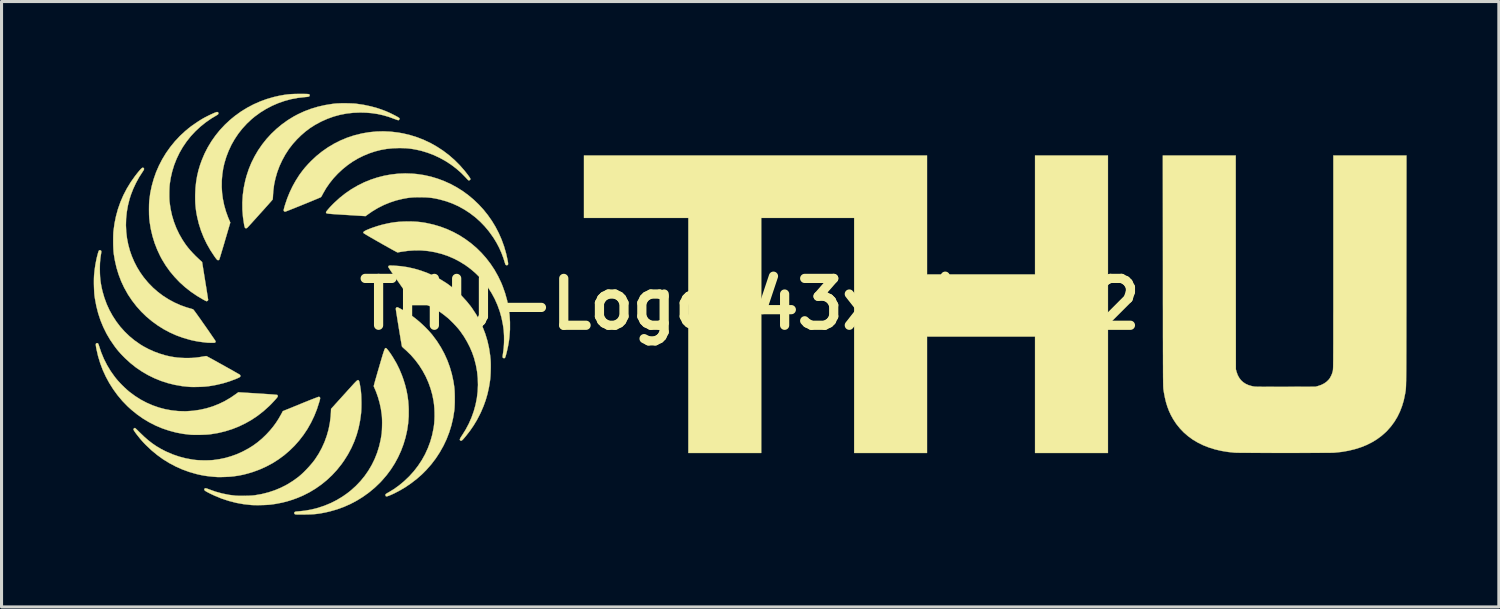
<source format=kicad_pcb>
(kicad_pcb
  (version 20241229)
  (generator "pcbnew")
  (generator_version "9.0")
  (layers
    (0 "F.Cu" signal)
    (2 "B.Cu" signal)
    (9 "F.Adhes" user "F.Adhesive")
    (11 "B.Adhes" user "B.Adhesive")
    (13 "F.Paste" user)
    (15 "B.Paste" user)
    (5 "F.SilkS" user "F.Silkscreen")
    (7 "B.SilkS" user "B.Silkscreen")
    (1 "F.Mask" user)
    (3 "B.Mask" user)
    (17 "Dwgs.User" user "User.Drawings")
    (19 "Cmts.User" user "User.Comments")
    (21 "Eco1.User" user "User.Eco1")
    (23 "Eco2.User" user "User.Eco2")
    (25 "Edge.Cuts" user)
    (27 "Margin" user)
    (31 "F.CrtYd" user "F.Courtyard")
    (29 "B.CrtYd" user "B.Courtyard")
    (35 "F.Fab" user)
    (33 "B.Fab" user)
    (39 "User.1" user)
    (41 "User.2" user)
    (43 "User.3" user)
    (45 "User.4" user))
  (footprint "THU-Logo_43x14mm2"
    (layer "F.Cu")
    (at 21.348 6.841)
    (property "Reference" "THU-Logo_43x14mm2" (at 0 0 0) (layer "F.SilkS") (effects (font (size 1.524 1.524) (thickness 0.3))))
    (attr through_hole)
    (fp_poly (pts (xy 5.757 -0.965) (xy 9.271 -0.965) (xy 9.271 -4.834) (xy 11.642 -4.834) (xy 11.642 4.843) (xy 9.271 4.843) (xy 9.271 1.058) (xy 5.757 1.058) (xy 5.757 4.843) (xy 3.387 4.843) (xy 3.387 -2.802) (xy 0.364 -2.802) (xy 0.364 4.843) (xy -2.007 4.843) (xy -2.007 -2.802) (xy -5.402 -2.802) (xy -5.402 -4.834) (xy 5.757 -4.834) (xy 5.757 -0.965)) (stroke (width 0.01) (type solid)) (fill yes) (layer "F.SilkS"))
    (fp_poly (pts (xy -21.217 1.275) (xy -21.203 1.29) (xy -21.191 1.317) (xy -21.179 1.353) (xy -21.106 1.573) (xy -21.018 1.785) (xy -20.915 1.987) (xy -20.799 2.18) (xy -20.668 2.364) (xy -20.61 2.437) (xy -20.556 2.5) (xy -20.492 2.569) (xy -20.422 2.641) (xy -20.349 2.712) (xy -20.278 2.778) (xy -20.211 2.837) (xy -20.183 2.859) (xy -20.006 2.99) (xy -19.822 3.107) (xy -19.631 3.208) (xy -19.434 3.294) (xy -19.231 3.365) (xy -19.025 3.42) (xy -18.815 3.458) (xy -18.602 3.481) (xy -18.387 3.487) (xy -18.335 3.486) (xy -18.113 3.471) (xy -17.896 3.439) (xy -17.685 3.392) (xy -17.478 3.329) (xy -17.277 3.249) (xy -17.082 3.154) (xy -16.893 3.043) (xy -16.72 2.924) (xy -16.646 2.869) (xy -16.018 2.908) (xy -15.908 2.915) (xy -15.806 2.922) (xy -15.712 2.928) (xy -15.627 2.934) (xy -15.553 2.939) (xy -15.491 2.944) (xy -15.441 2.949) (xy -15.405 2.952) (xy -15.383 2.955) (xy -15.378 2.956) (xy -15.364 2.978) (xy -15.363 3.005) (xy -15.368 3.016) (xy -15.381 3.035) (xy -15.404 3.064) (xy -15.435 3.1) (xy -15.473 3.142) (xy -15.515 3.187) (xy -15.559 3.234) (xy -15.604 3.28) (xy -15.648 3.323) (xy -15.826 3.483) (xy -16.013 3.629) (xy -16.209 3.761) (xy -16.413 3.877) (xy -16.624 3.979) (xy -16.843 4.066) (xy -17.068 4.137) (xy -17.299 4.193) (xy -17.535 4.232) (xy -17.577 4.237) (xy -17.63 4.243) (xy -17.697 4.247) (xy -17.772 4.25) (xy -17.853 4.253) (xy -17.935 4.255) (xy -18.015 4.255) (xy -18.089 4.254) (xy -18.154 4.253) (xy -18.199 4.25) (xy -18.437 4.222) (xy -18.671 4.178) (xy -18.899 4.117) (xy -19.122 4.042) (xy -19.338 3.951) (xy -19.547 3.844) (xy -19.748 3.723) (xy -19.941 3.587) (xy -20.126 3.437) (xy -20.251 3.323) (xy -20.418 3.151) (xy -20.572 2.967) (xy -20.713 2.774) (xy -20.841 2.572) (xy -20.955 2.362) (xy -21.055 2.145) (xy -21.139 1.921) (xy -21.208 1.693) (xy -21.261 1.461) (xy -21.269 1.419) (xy -21.277 1.367) (xy -21.281 1.329) (xy -21.281 1.303) (xy -21.275 1.286) (xy -21.265 1.277) (xy -21.256 1.274) (xy -21.234 1.27) (xy -21.217 1.275)) (stroke (width 0.01) (type solid)) (fill yes) (layer "F.SilkS"))
    (fp_poly (pts (xy -14.492 -6.836) (xy -14.44 -6.835) (xy -14.4 -6.833) (xy -14.371 -6.831) (xy -14.35 -6.827) (xy -14.337 -6.821) (xy -14.33 -6.814) (xy -14.326 -6.804) (xy -14.326 -6.793) (xy -14.326 -6.791) (xy -14.327 -6.775) (xy -14.333 -6.762) (xy -14.346 -6.753) (xy -14.368 -6.746) (xy -14.4 -6.74) (xy -14.446 -6.736) (xy -14.49 -6.732) (xy -14.711 -6.707) (xy -14.929 -6.666) (xy -15.142 -6.608) (xy -15.351 -6.535) (xy -15.554 -6.447) (xy -15.749 -6.344) (xy -15.937 -6.227) (xy -16.116 -6.096) (xy -16.209 -6.019) (xy -16.366 -5.872) (xy -16.511 -5.714) (xy -16.644 -5.546) (xy -16.764 -5.367) (xy -16.87 -5.181) (xy -16.961 -4.986) (xy -17.038 -4.786) (xy -17.1 -4.58) (xy -17.136 -4.42) (xy -17.167 -4.219) (xy -17.184 -4.014) (xy -17.186 -3.808) (xy -17.173 -3.604) (xy -17.149 -3.424) (xy -17.107 -3.218) (xy -17.049 -3.015) (xy -16.978 -2.818) (xy -16.954 -2.762) (xy -16.907 -2.652) (xy -17.083 -2.053) (xy -17.111 -1.956) (xy -17.139 -1.863) (xy -17.165 -1.776) (xy -17.189 -1.697) (xy -17.21 -1.626) (xy -17.229 -1.564) (xy -17.244 -1.514) (xy -17.256 -1.476) (xy -17.264 -1.452) (xy -17.267 -1.444) (xy -17.289 -1.429) (xy -17.314 -1.429) (xy -17.332 -1.438) (xy -17.345 -1.451) (xy -17.364 -1.475) (xy -17.389 -1.506) (xy -17.415 -1.542) (xy -17.421 -1.551) (xy -17.553 -1.751) (xy -17.671 -1.958) (xy -17.773 -2.172) (xy -17.86 -2.391) (xy -17.931 -2.614) (xy -17.985 -2.84) (xy -18.005 -2.944) (xy -18.023 -3.058) (xy -18.035 -3.165) (xy -18.044 -3.27) (xy -18.048 -3.378) (xy -18.049 -3.494) (xy -18.048 -3.569) (xy -18.039 -3.774) (xy -18.018 -3.969) (xy -17.987 -4.158) (xy -17.944 -4.344) (xy -17.888 -4.53) (xy -17.833 -4.682) (xy -17.743 -4.895) (xy -17.638 -5.1) (xy -17.519 -5.297) (xy -17.387 -5.484) (xy -17.243 -5.662) (xy -17.086 -5.83) (xy -16.919 -5.987) (xy -16.741 -6.132) (xy -16.553 -6.266) (xy -16.356 -6.387) (xy -16.151 -6.495) (xy -15.938 -6.589) (xy -15.718 -6.67) (xy -15.491 -6.735) (xy -15.326 -6.773) (xy -15.234 -6.79) (xy -15.15 -6.805) (xy -15.072 -6.816) (xy -14.995 -6.824) (xy -14.915 -6.83) (xy -14.829 -6.834) (xy -14.734 -6.836) (xy -14.639 -6.836) (xy -14.558 -6.836) (xy -14.492 -6.836)) (stroke (width 0.01) (type solid)) (fill yes) (layer "F.SilkS"))
    (fp_poly (pts (xy -10.982 -4.242) (xy -10.837 -4.229) (xy -10.607 -4.195) (xy -10.382 -4.145) (xy -10.162 -4.079) (xy -9.948 -3.999) (xy -9.741 -3.905) (xy -9.541 -3.797) (xy -9.35 -3.677) (xy -9.166 -3.543) (xy -8.992 -3.398) (xy -8.828 -3.241) (xy -8.674 -3.074) (xy -8.531 -2.896) (xy -8.399 -2.708) (xy -8.28 -2.512) (xy -8.173 -2.306) (xy -8.08 -2.093) (xy -8 -1.872) (xy -7.935 -1.644) (xy -7.905 -1.511) (xy -7.891 -1.445) (xy -7.881 -1.393) (xy -7.874 -1.354) (xy -7.871 -1.325) (xy -7.87 -1.304) (xy -7.872 -1.29) (xy -7.877 -1.281) (xy -7.879 -1.277) (xy -7.901 -1.264) (xy -7.926 -1.264) (xy -7.945 -1.274) (xy -7.958 -1.292) (xy -7.962 -1.302) (xy -8.021 -1.491) (xy -8.087 -1.668) (xy -8.162 -1.835) (xy -8.247 -1.996) (xy -8.343 -2.154) (xy -8.361 -2.18) (xy -8.49 -2.36) (xy -8.631 -2.529) (xy -8.783 -2.686) (xy -8.945 -2.83) (xy -9.117 -2.961) (xy -9.297 -3.078) (xy -9.485 -3.182) (xy -9.681 -3.271) (xy -9.883 -3.344) (xy -10.091 -3.402) (xy -10.096 -3.403) (xy -10.197 -3.426) (xy -10.29 -3.444) (xy -10.38 -3.457) (xy -10.47 -3.466) (xy -10.566 -3.472) (xy -10.672 -3.474) (xy -10.744 -3.475) (xy -10.841 -3.474) (xy -10.924 -3.472) (xy -11 -3.467) (xy -11.071 -3.461) (xy -11.143 -3.451) (xy -11.218 -3.438) (xy -11.303 -3.422) (xy -11.311 -3.42) (xy -11.513 -3.371) (xy -11.712 -3.305) (xy -11.908 -3.225) (xy -12.098 -3.13) (xy -12.279 -3.022) (xy -12.425 -2.921) (xy -12.507 -2.861) (xy -13.134 -2.9) (xy -13.255 -2.907) (xy -13.36 -2.914) (xy -13.451 -2.92) (xy -13.528 -2.925) (xy -13.592 -2.929) (xy -13.645 -2.934) (xy -13.688 -2.938) (xy -13.721 -2.942) (xy -13.747 -2.946) (xy -13.765 -2.95) (xy -13.778 -2.955) (xy -13.786 -2.96) (xy -13.79 -2.966) (xy -13.792 -2.972) (xy -13.792 -2.98) (xy -13.792 -2.986) (xy -13.786 -3.002) (xy -13.769 -3.028) (xy -13.741 -3.063) (xy -13.704 -3.106) (xy -13.66 -3.156) (xy -13.608 -3.21) (xy -13.551 -3.268) (xy -13.516 -3.302) (xy -13.341 -3.461) (xy -13.156 -3.607) (xy -12.964 -3.738) (xy -12.763 -3.855) (xy -12.556 -3.958) (xy -12.343 -4.045) (xy -12.125 -4.117) (xy -11.902 -4.174) (xy -11.676 -4.215) (xy -11.446 -4.241) (xy -11.215 -4.25) (xy -10.982 -4.242)) (stroke (width 0.01) (type solid)) (fill yes) (layer "F.SilkS"))
    (fp_poly (pts (xy -17.312 -6.242) (xy -17.297 -6.226) (xy -17.292 -6.204) (xy -17.299 -6.181) (xy -17.317 -6.161) (xy -17.324 -6.157) (xy -17.522 -6.039) (xy -17.708 -5.91) (xy -17.882 -5.77) (xy -18.044 -5.619) (xy -18.193 -5.459) (xy -18.329 -5.288) (xy -18.451 -5.109) (xy -18.559 -4.922) (xy -18.653 -4.726) (xy -18.733 -4.524) (xy -18.797 -4.314) (xy -18.846 -4.099) (xy -18.877 -3.899) (xy -18.883 -3.834) (xy -18.887 -3.757) (xy -18.89 -3.673) (xy -18.891 -3.585) (xy -18.891 -3.499) (xy -18.889 -3.419) (xy -18.885 -3.348) (xy -18.882 -3.319) (xy -18.85 -3.098) (xy -18.803 -2.883) (xy -18.74 -2.674) (xy -18.662 -2.471) (xy -18.569 -2.276) (xy -18.461 -2.088) (xy -18.352 -1.926) (xy -18.284 -1.838) (xy -18.211 -1.751) (xy -18.13 -1.662) (xy -18.04 -1.569) (xy -17.937 -1.471) (xy -17.889 -1.427) (xy -17.824 -1.367) (xy -17.726 -0.758) (xy -17.71 -0.658) (xy -17.694 -0.563) (xy -17.68 -0.474) (xy -17.667 -0.392) (xy -17.656 -0.32) (xy -17.646 -0.257) (xy -17.638 -0.205) (xy -17.632 -0.167) (xy -17.628 -0.143) (xy -17.627 -0.134) (xy -17.635 -0.118) (xy -17.652 -0.103) (xy -17.672 -0.094) (xy -17.678 -0.093) (xy -17.69 -0.097) (xy -17.714 -0.108) (xy -17.745 -0.124) (xy -17.78 -0.142) (xy -17.992 -0.268) (xy -18.192 -0.404) (xy -18.38 -0.552) (xy -18.556 -0.711) (xy -18.718 -0.881) (xy -18.868 -1.06) (xy -19.004 -1.25) (xy -19.126 -1.449) (xy -19.183 -1.554) (xy -19.282 -1.765) (xy -19.368 -1.984) (xy -19.437 -2.208) (xy -19.491 -2.437) (xy -19.529 -2.669) (xy -19.542 -2.786) (xy -19.546 -2.844) (xy -19.549 -2.914) (xy -19.55 -2.993) (xy -19.551 -3.075) (xy -19.55 -3.158) (xy -19.549 -3.236) (xy -19.546 -3.305) (xy -19.542 -3.363) (xy -19.542 -3.365) (xy -19.511 -3.603) (xy -19.463 -3.835) (xy -19.4 -4.063) (xy -19.322 -4.286) (xy -19.228 -4.502) (xy -19.12 -4.711) (xy -18.998 -4.912) (xy -18.861 -5.105) (xy -18.712 -5.289) (xy -18.549 -5.464) (xy -18.373 -5.627) (xy -18.254 -5.726) (xy -18.2 -5.768) (xy -18.135 -5.815) (xy -18.064 -5.864) (xy -17.991 -5.914) (xy -17.919 -5.961) (xy -17.852 -6.003) (xy -17.794 -6.037) (xy -17.784 -6.043) (xy -17.727 -6.074) (xy -17.666 -6.105) (xy -17.605 -6.136) (xy -17.544 -6.165) (xy -17.487 -6.191) (xy -17.436 -6.214) (xy -17.393 -6.231) (xy -17.359 -6.243) (xy -17.338 -6.248) (xy -17.336 -6.248) (xy -17.312 -6.242)) (stroke (width 0.01) (type solid)) (fill yes) (layer "F.SilkS"))
    (fp_poly (pts (xy -11.689 -5.608) (xy -11.453 -5.58) (xy -11.281 -5.55) (xy -11.05 -5.494) (xy -10.823 -5.423) (xy -10.603 -5.336) (xy -10.389 -5.235) (xy -10.183 -5.118) (xy -9.984 -4.988) (xy -9.794 -4.844) (xy -9.614 -4.687) (xy -9.444 -4.517) (xy -9.284 -4.335) (xy -9.194 -4.22) (xy -9.158 -4.172) (xy -9.132 -4.135) (xy -9.113 -4.107) (xy -9.102 -4.087) (xy -9.097 -4.072) (xy -9.097 -4.06) (xy -9.1 -4.049) (xy -9.101 -4.048) (xy -9.117 -4.032) (xy -9.14 -4.024) (xy -9.161 -4.026) (xy -9.163 -4.027) (xy -9.173 -4.036) (xy -9.191 -4.055) (xy -9.216 -4.081) (xy -9.245 -4.112) (xy -9.251 -4.119) (xy -9.397 -4.268) (xy -9.556 -4.407) (xy -9.725 -4.535) (xy -9.905 -4.652) (xy -10.093 -4.756) (xy -10.287 -4.847) (xy -10.487 -4.923) (xy -10.691 -4.985) (xy -10.845 -5.02) (xy -10.944 -5.039) (xy -11.033 -5.053) (xy -11.119 -5.063) (xy -11.206 -5.07) (xy -11.3 -5.073) (xy -11.405 -5.075) (xy -11.413 -5.075) (xy -11.62 -5.068) (xy -11.818 -5.048) (xy -12.011 -5.014) (xy -12.201 -4.965) (xy -12.39 -4.902) (xy -12.577 -4.824) (xy -12.757 -4.735) (xy -12.932 -4.631) (xy -13.099 -4.513) (xy -13.259 -4.383) (xy -13.409 -4.243) (xy -13.549 -4.093) (xy -13.676 -3.934) (xy -13.79 -3.769) (xy -13.889 -3.598) (xy -13.909 -3.56) (xy -13.926 -3.528) (xy -13.942 -3.501) (xy -13.955 -3.483) (xy -13.958 -3.479) (xy -13.969 -3.473) (xy -13.994 -3.462) (xy -14.032 -3.446) (xy -14.08 -3.425) (xy -14.139 -3.401) (xy -14.205 -3.373) (xy -14.278 -3.343) (xy -14.355 -3.311) (xy -14.437 -3.278) (xy -14.52 -3.244) (xy -14.603 -3.21) (xy -14.686 -3.177) (xy -14.765 -3.145) (xy -14.841 -3.114) (xy -14.911 -3.087) (xy -14.973 -3.062) (xy -15.027 -3.041) (xy -15.071 -3.024) (xy -15.102 -3.013) (xy -15.121 -3.006) (xy -15.124 -3.006) (xy -15.145 -3.012) (xy -15.16 -3.023) (xy -15.166 -3.031) (xy -15.169 -3.043) (xy -15.169 -3.058) (xy -15.166 -3.081) (xy -15.158 -3.112) (xy -15.147 -3.154) (xy -15.131 -3.21) (xy -15.12 -3.244) (xy -15.054 -3.44) (xy -14.974 -3.636) (xy -14.882 -3.829) (xy -14.779 -4.014) (xy -14.668 -4.188) (xy -14.652 -4.212) (xy -14.565 -4.33) (xy -14.475 -4.442) (xy -14.376 -4.552) (xy -14.279 -4.653) (xy -14.106 -4.815) (xy -13.924 -4.962) (xy -13.732 -5.096) (xy -13.532 -5.216) (xy -13.325 -5.32) (xy -13.11 -5.41) (xy -12.888 -5.484) (xy -12.85 -5.494) (xy -12.619 -5.551) (xy -12.388 -5.59) (xy -12.156 -5.613) (xy -11.923 -5.619) (xy -11.689 -5.608)) (stroke (width 0.01) (type solid)) (fill yes) (layer "F.SilkS"))
    (fp_poly (pts (xy -19.742 -4.435) (xy -19.729 -4.428) (xy -19.724 -4.423) (xy -19.714 -4.409) (xy -19.712 -4.393) (xy -19.718 -4.371) (xy -19.734 -4.341) (xy -19.76 -4.302) (xy -19.766 -4.293) (xy -19.876 -4.122) (xy -19.975 -3.94) (xy -20.064 -3.75) (xy -20.139 -3.557) (xy -20.184 -3.416) (xy -20.237 -3.206) (xy -20.274 -2.994) (xy -20.296 -2.78) (xy -20.302 -2.565) (xy -20.292 -2.351) (xy -20.267 -2.14) (xy -20.226 -1.932) (xy -20.17 -1.728) (xy -20.11 -1.558) (xy -20.03 -1.372) (xy -19.941 -1.199) (xy -19.841 -1.035) (xy -19.729 -0.876) (xy -19.601 -0.721) (xy -19.566 -0.681) (xy -19.42 -0.532) (xy -19.262 -0.394) (xy -19.093 -0.267) (xy -18.914 -0.153) (xy -18.727 -0.052) (xy -18.534 0.035) (xy -18.335 0.106) (xy -18.237 0.135) (xy -18.197 0.146) (xy -18.161 0.157) (xy -18.133 0.165) (xy -18.119 0.17) (xy -18.11 0.179) (xy -18.092 0.199) (xy -18.066 0.233) (xy -18.031 0.28) (xy -17.988 0.34) (xy -17.936 0.413) (xy -17.874 0.499) (xy -17.804 0.6) (xy -17.746 0.682) (xy -17.688 0.765) (xy -17.633 0.844) (xy -17.582 0.918) (xy -17.535 0.986) (xy -17.493 1.048) (xy -17.457 1.1) (xy -17.427 1.144) (xy -17.405 1.177) (xy -17.391 1.198) (xy -17.387 1.206) (xy -17.384 1.226) (xy -17.394 1.244) (xy -17.395 1.244) (xy -17.402 1.252) (xy -17.413 1.256) (xy -17.429 1.259) (xy -17.454 1.26) (xy -17.49 1.26) (xy -17.517 1.26) (xy -17.561 1.259) (xy -17.601 1.258) (xy -17.633 1.257) (xy -17.653 1.256) (xy -17.793 1.24) (xy -17.921 1.223) (xy -18.042 1.202) (xy -18.159 1.177) (xy -18.209 1.165) (xy -18.435 1.1) (xy -18.655 1.021) (xy -18.868 0.926) (xy -19.073 0.817) (xy -19.269 0.694) (xy -19.456 0.558) (xy -19.634 0.41) (xy -19.8 0.249) (xy -19.955 0.076) (xy -20.098 -0.108) (xy -20.229 -0.303) (xy -20.248 -0.335) (xy -20.36 -0.536) (xy -20.457 -0.744) (xy -20.539 -0.959) (xy -20.607 -1.182) (xy -20.66 -1.413) (xy -20.697 -1.634) (xy -20.703 -1.689) (xy -20.708 -1.757) (xy -20.712 -1.836) (xy -20.715 -1.921) (xy -20.716 -2.01) (xy -20.716 -2.099) (xy -20.715 -2.185) (xy -20.713 -2.265) (xy -20.71 -2.335) (xy -20.706 -2.377) (xy -20.673 -2.621) (xy -20.624 -2.86) (xy -20.56 -3.094) (xy -20.479 -3.322) (xy -20.383 -3.544) (xy -20.271 -3.759) (xy -20.144 -3.967) (xy -20.001 -4.169) (xy -19.946 -4.239) (xy -19.897 -4.3) (xy -19.856 -4.349) (xy -19.823 -4.386) (xy -19.796 -4.412) (xy -19.775 -4.428) (xy -19.757 -4.436) (xy -19.742 -4.435)) (stroke (width 0.01) (type solid)) (fill yes) (layer "F.SilkS"))
    (fp_poly (pts (xy -13.999 3.026) (xy -13.989 3.041) (xy -13.985 3.051) (xy -13.984 3.064) (xy -13.987 3.082) (xy -13.992 3.108) (xy -14.002 3.145) (xy -14.016 3.193) (xy -14.09 3.423) (xy -14.179 3.645) (xy -14.281 3.857) (xy -14.396 4.061) (xy -14.525 4.254) (xy -14.665 4.436) (xy -14.817 4.608) (xy -14.981 4.768) (xy -15.155 4.917) (xy -15.34 5.053) (xy -15.534 5.176) (xy -15.739 5.285) (xy -15.952 5.381) (xy -16.158 5.457) (xy -16.322 5.507) (xy -16.478 5.548) (xy -16.634 5.579) (xy -16.795 5.603) (xy -16.845 5.608) (xy -16.891 5.613) (xy -16.949 5.617) (xy -17.013 5.62) (xy -17.081 5.623) (xy -17.149 5.625) (xy -17.214 5.627) (xy -17.271 5.627) (xy -17.318 5.627) (xy -17.344 5.625) (xy -17.466 5.616) (xy -17.575 5.605) (xy -17.674 5.593) (xy -17.766 5.579) (xy -17.856 5.562) (xy -17.946 5.543) (xy -18.004 5.529) (xy -18.236 5.463) (xy -18.461 5.382) (xy -18.679 5.285) (xy -18.891 5.173) (xy -19.095 5.047) (xy -19.291 4.905) (xy -19.479 4.749) (xy -19.658 4.579) (xy -19.718 4.517) (xy -19.763 4.468) (xy -19.809 4.416) (xy -19.855 4.361) (xy -19.899 4.306) (xy -19.941 4.253) (xy -19.978 4.204) (xy -20.01 4.16) (xy -20.034 4.122) (xy -20.051 4.094) (xy -20.057 4.076) (xy -20.057 4.075) (xy -20.05 4.056) (xy -20.033 4.04) (xy -20.013 4.031) (xy -20.009 4.03) (xy -20 4.036) (xy -19.981 4.052) (xy -19.953 4.078) (xy -19.919 4.11) (xy -19.88 4.149) (xy -19.839 4.189) (xy -19.706 4.317) (xy -19.575 4.431) (xy -19.443 4.533) (xy -19.307 4.626) (xy -19.163 4.711) (xy -19.009 4.791) (xy -18.986 4.801) (xy -18.783 4.889) (xy -18.573 4.961) (xy -18.356 5.018) (xy -18.133 5.059) (xy -18.064 5.068) (xy -18.004 5.074) (xy -17.931 5.079) (xy -17.851 5.082) (xy -17.767 5.083) (xy -17.682 5.083) (xy -17.602 5.082) (xy -17.529 5.079) (xy -17.468 5.074) (xy -17.454 5.073) (xy -17.254 5.044) (xy -17.064 5.004) (xy -16.882 4.951) (xy -16.703 4.887) (xy -16.525 4.808) (xy -16.477 4.784) (xy -16.315 4.697) (xy -16.165 4.603) (xy -16.023 4.5) (xy -15.885 4.385) (xy -15.75 4.256) (xy -15.73 4.236) (xy -15.615 4.112) (xy -15.512 3.987) (xy -15.417 3.857) (xy -15.328 3.718) (xy -15.244 3.57) (xy -15.198 3.483) (xy -14.621 3.248) (xy -14.499 3.198) (xy -14.39 3.154) (xy -14.294 3.116) (xy -14.212 3.084) (xy -14.145 3.058) (xy -14.091 3.038) (xy -14.053 3.024) (xy -14.03 3.017) (xy -14.022 3.016) (xy -13.999 3.026)) (stroke (width 0.01) (type solid)) (fill yes) (layer "F.SilkS"))
    (fp_poly (pts (xy -13.135 -6.531) (xy -13.049 -6.53) (xy -12.968 -6.527) (xy -12.894 -6.524) (xy -12.831 -6.519) (xy -12.808 -6.516) (xy -12.563 -6.48) (xy -12.325 -6.429) (xy -12.095 -6.364) (xy -11.874 -6.285) (xy -11.824 -6.264) (xy -11.774 -6.242) (xy -11.72 -6.218) (xy -11.664 -6.191) (xy -11.608 -6.163) (xy -11.555 -6.136) (xy -11.506 -6.11) (xy -11.465 -6.087) (xy -11.433 -6.067) (xy -11.413 -6.053) (xy -11.407 -6.048) (xy -11.399 -6.032) (xy -11.401 -6.019) (xy -11.408 -6.007) (xy -11.422 -5.99) (xy -11.434 -5.98) (xy -11.446 -5.982) (xy -11.471 -5.988) (xy -11.504 -6) (xy -11.543 -6.014) (xy -11.555 -6.018) (xy -11.744 -6.087) (xy -11.928 -6.141) (xy -12.111 -6.182) (xy -12.296 -6.21) (xy -12.486 -6.226) (xy -12.676 -6.231) (xy -12.899 -6.223) (xy -13.118 -6.199) (xy -13.332 -6.158) (xy -13.542 -6.101) (xy -13.748 -6.027) (xy -13.95 -5.937) (xy -14.147 -5.831) (xy -14.163 -5.821) (xy -14.314 -5.724) (xy -14.463 -5.612) (xy -14.607 -5.487) (xy -14.743 -5.353) (xy -14.87 -5.212) (xy -14.983 -5.067) (xy -15.001 -5.042) (xy -15.117 -4.864) (xy -15.219 -4.677) (xy -15.308 -4.485) (xy -15.381 -4.288) (xy -15.439 -4.087) (xy -15.482 -3.884) (xy -15.508 -3.68) (xy -15.517 -3.552) (xy -15.519 -3.505) (xy -15.522 -3.462) (xy -15.525 -3.429) (xy -15.528 -3.407) (xy -15.53 -3.401) (xy -15.537 -3.392) (xy -15.554 -3.372) (xy -15.58 -3.342) (xy -15.614 -3.303) (xy -15.655 -3.257) (xy -15.702 -3.204) (xy -15.754 -3.146) (xy -15.809 -3.084) (xy -15.867 -3.02) (xy -15.927 -2.954) (xy -15.986 -2.888) (xy -16.045 -2.822) (xy -16.102 -2.759) (xy -16.156 -2.7) (xy -16.205 -2.645) (xy -16.25 -2.596) (xy -16.288 -2.554) (xy -16.319 -2.521) (xy -16.341 -2.497) (xy -16.354 -2.484) (xy -16.355 -2.483) (xy -16.381 -2.467) (xy -16.406 -2.466) (xy -16.427 -2.479) (xy -16.434 -2.493) (xy -16.442 -2.519) (xy -16.451 -2.555) (xy -16.458 -2.591) (xy -16.494 -2.831) (xy -16.513 -3.07) (xy -16.515 -3.308) (xy -16.5 -3.546) (xy -16.468 -3.782) (xy -16.419 -4.017) (xy -16.378 -4.17) (xy -16.306 -4.388) (xy -16.219 -4.6) (xy -16.116 -4.805) (xy -16 -5.003) (xy -15.87 -5.191) (xy -15.727 -5.371) (xy -15.572 -5.54) (xy -15.405 -5.698) (xy -15.228 -5.845) (xy -15.04 -5.98) (xy -14.843 -6.101) (xy -14.71 -6.172) (xy -14.501 -6.269) (xy -14.285 -6.351) (xy -14.059 -6.419) (xy -13.826 -6.472) (xy -13.583 -6.511) (xy -13.504 -6.521) (xy -13.45 -6.525) (xy -13.383 -6.528) (xy -13.305 -6.531) (xy -13.221 -6.531) (xy -13.135 -6.531)) (stroke (width 0.01) (type solid)) (fill yes) (layer "F.SilkS"))
    (fp_poly (pts (xy -11.661 -1.252) (xy -11.612 -1.251) (xy -11.6 -1.251) (xy -11.376 -1.234) (xy -11.152 -1.202) (xy -10.929 -1.153) (xy -10.71 -1.089) (xy -10.494 -1.01) (xy -10.284 -0.917) (xy -10.081 -0.809) (xy -9.887 -0.688) (xy -9.817 -0.64) (xy -9.658 -0.519) (xy -9.502 -0.384) (xy -9.353 -0.238) (xy -9.213 -0.084) (xy -9.086 0.074) (xy -9.04 0.138) (xy -8.909 0.337) (xy -8.794 0.542) (xy -8.695 0.754) (xy -8.611 0.972) (xy -8.543 1.197) (xy -8.491 1.427) (xy -8.455 1.664) (xy -8.44 1.808) (xy -8.436 1.882) (xy -8.434 1.968) (xy -8.434 2.061) (xy -8.436 2.158) (xy -8.439 2.255) (xy -8.444 2.346) (xy -8.451 2.428) (xy -8.457 2.485) (xy -8.493 2.708) (xy -8.54 2.92) (xy -8.599 3.124) (xy -8.671 3.323) (xy -8.756 3.521) (xy -8.789 3.589) (xy -8.887 3.776) (xy -8.994 3.953) (xy -9.111 4.123) (xy -9.242 4.291) (xy -9.302 4.362) (xy -9.335 4.4) (xy -9.361 4.425) (xy -9.38 4.439) (xy -9.397 4.445) (xy -9.413 4.442) (xy -9.426 4.436) (xy -9.437 4.425) (xy -9.441 4.409) (xy -9.435 4.386) (xy -9.421 4.355) (xy -9.396 4.314) (xy -9.369 4.274) (xy -9.251 4.085) (xy -9.147 3.889) (xy -9.059 3.688) (xy -8.986 3.483) (xy -8.928 3.273) (xy -8.886 3.06) (xy -8.86 2.846) (xy -8.85 2.63) (xy -8.856 2.414) (xy -8.878 2.198) (xy -8.917 1.984) (xy -8.972 1.772) (xy -8.976 1.757) (xy -9.038 1.579) (xy -9.115 1.4) (xy -9.205 1.225) (xy -9.305 1.056) (xy -9.415 0.897) (xy -9.47 0.825) (xy -9.509 0.779) (xy -9.557 0.725) (xy -9.611 0.667) (xy -9.667 0.608) (xy -9.724 0.552) (xy -9.776 0.501) (xy -9.822 0.459) (xy -9.834 0.449) (xy -10.006 0.313) (xy -10.185 0.193) (xy -10.373 0.087) (xy -10.569 -0.005) (xy -10.774 -0.082) (xy -10.989 -0.146) (xy -11.012 -0.152) (xy -11.018 -0.154) (xy -11.025 -0.157) (xy -11.032 -0.162) (xy -11.041 -0.17) (xy -11.052 -0.181) (xy -11.066 -0.198) (xy -11.083 -0.22) (xy -11.105 -0.249) (xy -11.132 -0.285) (xy -11.164 -0.33) (xy -11.203 -0.384) (xy -11.248 -0.449) (xy -11.302 -0.526) (xy -11.364 -0.614) (xy -11.407 -0.676) (xy -11.466 -0.76) (xy -11.521 -0.839) (xy -11.573 -0.914) (xy -11.621 -0.983) (xy -11.663 -1.045) (xy -11.699 -1.099) (xy -11.728 -1.143) (xy -11.75 -1.177) (xy -11.764 -1.199) (xy -11.769 -1.209) (xy -11.763 -1.229) (xy -11.754 -1.241) (xy -11.747 -1.246) (xy -11.737 -1.25) (xy -11.721 -1.252) (xy -11.697 -1.253) (xy -11.661 -1.252)) (stroke (width 0.01) (type solid)) (fill yes) (layer "F.SilkS"))
    (fp_poly (pts (xy -11.005 -2.686) (xy -10.902 -2.682) (xy -10.805 -2.675) (xy -10.711 -2.665) (xy -10.614 -2.651) (xy -10.533 -2.637) (xy -10.302 -2.586) (xy -10.078 -2.52) (xy -9.861 -2.439) (xy -9.651 -2.343) (xy -9.449 -2.234) (xy -9.257 -2.11) (xy -9.073 -1.974) (xy -8.899 -1.826) (xy -8.736 -1.665) (xy -8.584 -1.493) (xy -8.443 -1.31) (xy -8.314 -1.116) (xy -8.199 -0.912) (xy -8.096 -0.698) (xy -8.049 -0.584) (xy -7.969 -0.358) (xy -7.904 -0.127) (xy -7.856 0.108) (xy -7.824 0.346) (xy -7.809 0.586) (xy -7.809 0.828) (xy -7.827 1.071) (xy -7.841 1.185) (xy -7.851 1.25) (xy -7.863 1.318) (xy -7.876 1.388) (xy -7.891 1.457) (xy -7.906 1.524) (xy -7.921 1.587) (xy -7.936 1.642) (xy -7.949 1.689) (xy -7.961 1.725) (xy -7.972 1.747) (xy -7.977 1.754) (xy -8.002 1.761) (xy -8.028 1.754) (xy -8.039 1.745) (xy -8.044 1.737) (xy -8.048 1.729) (xy -8.049 1.716) (xy -8.048 1.695) (xy -8.044 1.665) (xy -8.038 1.622) (xy -8.036 1.607) (xy -8.022 1.508) (xy -8.012 1.419) (xy -8.006 1.334) (xy -8.002 1.247) (xy -8.001 1.153) (xy -8.001 1.143) (xy -8.002 1.036) (xy -8.007 0.939) (xy -8.014 0.847) (xy -8.026 0.751) (xy -8.04 0.661) (xy -8.084 0.443) (xy -8.143 0.233) (xy -8.217 0.029) (xy -8.304 -0.167) (xy -8.405 -0.354) (xy -8.519 -0.533) (xy -8.645 -0.702) (xy -8.783 -0.86) (xy -8.933 -1.008) (xy -9.093 -1.144) (xy -9.263 -1.269) (xy -9.443 -1.38) (xy -9.631 -1.479) (xy -9.829 -1.563) (xy -10.034 -1.633) (xy -10.051 -1.637) (xy -10.261 -1.69) (xy -10.474 -1.726) (xy -10.689 -1.745) (xy -10.906 -1.747) (xy -11.126 -1.732) (xy -11.347 -1.701) (xy -11.387 -1.694) (xy -11.467 -1.679) (xy -11.527 -1.711) (xy -11.579 -1.739) (xy -11.64 -1.772) (xy -11.707 -1.81) (xy -11.78 -1.85) (xy -11.856 -1.893) (xy -11.935 -1.937) (xy -12.015 -1.983) (xy -12.095 -2.028) (xy -12.173 -2.073) (xy -12.248 -2.116) (xy -12.318 -2.156) (xy -12.383 -2.194) (xy -12.44 -2.227) (xy -12.488 -2.256) (xy -12.526 -2.279) (xy -12.553 -2.296) (xy -12.567 -2.305) (xy -12.568 -2.306) (xy -12.579 -2.322) (xy -12.58 -2.333) (xy -12.57 -2.348) (xy -12.568 -2.351) (xy -12.55 -2.366) (xy -12.518 -2.385) (xy -12.474 -2.407) (xy -12.419 -2.43) (xy -12.355 -2.456) (xy -12.285 -2.482) (xy -12.21 -2.507) (xy -12.133 -2.533) (xy -12.054 -2.556) (xy -11.977 -2.578) (xy -11.929 -2.59) (xy -11.787 -2.622) (xy -11.654 -2.648) (xy -11.524 -2.666) (xy -11.394 -2.678) (xy -11.256 -2.685) (xy -11.121 -2.687) (xy -11.005 -2.686)) (stroke (width 0.01) (type solid)) (fill yes) (layer "F.SilkS"))
    (fp_poly (pts (xy -12.742 2.475) (xy -12.734 2.481) (xy -12.727 2.488) (xy -12.718 2.504) (xy -12.709 2.536) (xy -12.698 2.583) (xy -12.687 2.644) (xy -12.675 2.718) (xy -12.662 2.805) (xy -12.661 2.815) (xy -12.655 2.87) (xy -12.65 2.938) (xy -12.646 3.017) (xy -12.644 3.102) (xy -12.642 3.191) (xy -12.642 3.28) (xy -12.643 3.365) (xy -12.646 3.444) (xy -12.65 3.514) (xy -12.653 3.556) (xy -12.686 3.795) (xy -12.733 4.027) (xy -12.796 4.252) (xy -12.874 4.469) (xy -12.968 4.68) (xy -13.077 4.885) (xy -13.202 5.084) (xy -13.293 5.213) (xy -13.44 5.396) (xy -13.598 5.567) (xy -13.768 5.726) (xy -13.947 5.871) (xy -14.136 6.004) (xy -14.334 6.123) (xy -14.541 6.228) (xy -14.756 6.318) (xy -14.977 6.394) (xy -15.206 6.456) (xy -15.44 6.501) (xy -15.604 6.524) (xy -15.661 6.529) (xy -15.73 6.533) (xy -15.809 6.537) (xy -15.892 6.539) (xy -15.976 6.541) (xy -16.058 6.541) (xy -16.132 6.54) (xy -16.196 6.538) (xy -16.226 6.536) (xy -16.471 6.509) (xy -16.711 6.466) (xy -16.946 6.406) (xy -17.178 6.331) (xy -17.405 6.238) (xy -17.558 6.166) (xy -17.619 6.135) (xy -17.668 6.109) (xy -17.703 6.089) (xy -17.728 6.072) (xy -17.743 6.057) (xy -17.751 6.044) (xy -17.753 6.032) (xy -17.751 6.025) (xy -17.744 6.006) (xy -17.732 5.995) (xy -17.714 5.991) (xy -17.687 5.995) (xy -17.649 6.007) (xy -17.605 6.024) (xy -17.391 6.101) (xy -17.172 6.161) (xy -16.949 6.206) (xy -16.74 6.232) (xy -16.685 6.235) (xy -16.618 6.238) (xy -16.542 6.238) (xy -16.461 6.238) (xy -16.379 6.236) (xy -16.299 6.234) (xy -16.224 6.23) (xy -16.16 6.225) (xy -16.108 6.219) (xy -16.108 6.219) (xy -15.883 6.18) (xy -15.666 6.125) (xy -15.458 6.056) (xy -15.257 5.972) (xy -15.064 5.873) (xy -14.879 5.759) (xy -14.7 5.63) (xy -14.681 5.615) (xy -14.605 5.55) (xy -14.524 5.475) (xy -14.441 5.391) (xy -14.358 5.303) (xy -14.279 5.213) (xy -14.207 5.126) (xy -14.149 5.049) (xy -14.033 4.871) (xy -13.931 4.684) (xy -13.843 4.49) (xy -13.77 4.289) (xy -13.711 4.082) (xy -13.669 3.872) (xy -13.642 3.66) (xy -13.634 3.535) (xy -13.629 3.409) (xy -13.509 3.277) (xy -13.48 3.244) (xy -13.44 3.201) (xy -13.393 3.148) (xy -13.339 3.089) (xy -13.281 3.024) (xy -13.219 2.956) (xy -13.156 2.887) (xy -13.094 2.817) (xy -13.086 2.809) (xy -13.017 2.733) (xy -12.959 2.669) (xy -12.91 2.615) (xy -12.87 2.572) (xy -12.837 2.538) (xy -12.811 2.512) (xy -12.79 2.493) (xy -12.773 2.481) (xy -12.761 2.474) (xy -12.75 2.473) (xy -12.742 2.475)) (stroke (width 0.01) (type solid)) (fill yes) (layer "F.SilkS"))
    (fp_poly (pts (xy -11.846 1.432) (xy -11.838 1.435) (xy -11.833 1.438) (xy -11.819 1.449) (xy -11.798 1.473) (xy -11.77 1.507) (xy -11.738 1.55) (xy -11.703 1.599) (xy -11.666 1.654) (xy -11.629 1.711) (xy -11.607 1.747) (xy -11.498 1.933) (xy -11.404 2.124) (xy -11.322 2.322) (xy -11.273 2.46) (xy -11.218 2.639) (xy -11.175 2.812) (xy -11.142 2.983) (xy -11.119 3.157) (xy -11.106 3.338) (xy -11.103 3.421) (xy -11.104 3.654) (xy -11.122 3.885) (xy -11.156 4.113) (xy -11.207 4.339) (xy -11.273 4.559) (xy -11.354 4.775) (xy -11.45 4.984) (xy -11.56 5.187) (xy -11.685 5.382) (xy -11.824 5.568) (xy -11.977 5.745) (xy -12.031 5.803) (xy -12.205 5.97) (xy -12.389 6.123) (xy -12.583 6.263) (xy -12.785 6.389) (xy -12.996 6.501) (xy -13.214 6.598) (xy -13.438 6.679) (xy -13.669 6.745) (xy -13.813 6.778) (xy -13.906 6.796) (xy -13.99 6.811) (xy -14.068 6.822) (xy -14.144 6.831) (xy -14.222 6.837) (xy -14.305 6.841) (xy -14.399 6.844) (xy -14.478 6.845) (xy -14.544 6.846) (xy -14.606 6.846) (xy -14.662 6.846) (xy -14.709 6.846) (xy -14.744 6.845) (xy -14.766 6.844) (xy -14.77 6.844) (xy -14.801 6.837) (xy -14.818 6.825) (xy -14.825 6.805) (xy -14.825 6.799) (xy -14.823 6.78) (xy -14.813 6.766) (xy -14.795 6.757) (xy -14.766 6.75) (xy -14.723 6.746) (xy -14.702 6.744) (xy -14.485 6.722) (xy -14.27 6.684) (xy -14.057 6.63) (xy -13.849 6.561) (xy -13.646 6.477) (xy -13.45 6.379) (xy -13.263 6.267) (xy -13.085 6.142) (xy -12.988 6.065) (xy -12.824 5.918) (xy -12.673 5.76) (xy -12.536 5.593) (xy -12.413 5.416) (xy -12.304 5.231) (xy -12.209 5.037) (xy -12.129 4.835) (xy -12.064 4.625) (xy -12.014 4.408) (xy -11.983 4.22) (xy -11.978 4.165) (xy -11.974 4.097) (xy -11.971 4.02) (xy -11.969 3.938) (xy -11.968 3.855) (xy -11.969 3.774) (xy -11.972 3.701) (xy -11.976 3.637) (xy -11.979 3.603) (xy -12.008 3.406) (xy -12.049 3.215) (xy -12.101 3.031) (xy -12.163 2.856) (xy -12.197 2.776) (xy -12.213 2.739) (xy -12.227 2.707) (xy -12.237 2.683) (xy -12.24 2.673) (xy -12.239 2.662) (xy -12.233 2.637) (xy -12.223 2.598) (xy -12.209 2.547) (xy -12.192 2.484) (xy -12.171 2.412) (xy -12.148 2.332) (xy -12.123 2.244) (xy -12.096 2.151) (xy -12.068 2.056) (xy -12.034 1.939) (xy -12.004 1.837) (xy -11.978 1.749) (xy -11.956 1.675) (xy -11.937 1.613) (xy -11.92 1.562) (xy -11.906 1.521) (xy -11.895 1.489) (xy -11.885 1.465) (xy -11.876 1.449) (xy -11.868 1.438) (xy -11.861 1.432) (xy -11.853 1.431) (xy -11.846 1.432)) (stroke (width 0.01) (type solid)) (fill yes) (layer "F.SilkS"))
    (fp_poly (pts (xy -11.464 0.106) (xy -11.435 0.119) (xy -11.397 0.138) (xy -11.35 0.163) (xy -11.297 0.193) (xy -11.241 0.227) (xy -11.182 0.262) (xy -11.124 0.299) (xy -11.068 0.335) (xy -11.047 0.35) (xy -10.931 0.433) (xy -10.813 0.527) (xy -10.695 0.63) (xy -10.58 0.738) (xy -10.472 0.848) (xy -10.375 0.956) (xy -10.326 1.016) (xy -10.183 1.208) (xy -10.056 1.408) (xy -9.944 1.615) (xy -9.847 1.829) (xy -9.766 2.05) (xy -9.7 2.278) (xy -9.649 2.513) (xy -9.621 2.697) (xy -9.615 2.757) (xy -9.61 2.83) (xy -9.607 2.913) (xy -9.605 3.003) (xy -9.605 3.095) (xy -9.605 3.187) (xy -9.608 3.275) (xy -9.611 3.356) (xy -9.616 3.426) (xy -9.621 3.467) (xy -9.66 3.709) (xy -9.715 3.945) (xy -9.786 4.174) (xy -9.872 4.396) (xy -9.974 4.611) (xy -10.091 4.819) (xy -10.222 5.02) (xy -10.369 5.213) (xy -10.531 5.397) (xy -10.531 5.397) (xy -10.679 5.545) (xy -10.84 5.686) (xy -11.012 5.819) (xy -11.191 5.943) (xy -11.376 6.054) (xy -11.562 6.152) (xy -11.653 6.194) (xy -11.713 6.22) (xy -11.759 6.238) (xy -11.794 6.25) (xy -11.82 6.255) (xy -11.837 6.254) (xy -11.848 6.248) (xy -11.852 6.241) (xy -11.861 6.212) (xy -11.855 6.188) (xy -11.847 6.179) (xy -11.834 6.17) (xy -11.809 6.155) (xy -11.778 6.136) (xy -11.752 6.122) (xy -11.585 6.02) (xy -11.422 5.903) (xy -11.262 5.771) (xy -11.109 5.627) (xy -11.082 5.6) (xy -10.932 5.433) (xy -10.797 5.258) (xy -10.676 5.075) (xy -10.569 4.883) (xy -10.478 4.683) (xy -10.401 4.476) (xy -10.34 4.262) (xy -10.295 4.042) (xy -10.287 3.992) (xy -10.274 3.888) (xy -10.266 3.771) (xy -10.262 3.647) (xy -10.263 3.521) (xy -10.268 3.395) (xy -10.278 3.276) (xy -10.292 3.167) (xy -10.292 3.167) (xy -10.333 2.956) (xy -10.391 2.749) (xy -10.463 2.548) (xy -10.55 2.353) (xy -10.652 2.165) (xy -10.766 1.986) (xy -10.894 1.816) (xy -11.034 1.656) (xy -11.186 1.508) (xy -11.212 1.485) (xy -11.247 1.454) (xy -11.279 1.425) (xy -11.303 1.402) (xy -11.318 1.386) (xy -11.322 1.381) (xy -11.325 1.37) (xy -11.329 1.345) (xy -11.336 1.305) (xy -11.345 1.255) (xy -11.356 1.193) (xy -11.368 1.124) (xy -11.38 1.047) (xy -11.394 0.965) (xy -11.408 0.879) (xy -11.423 0.791) (xy -11.437 0.703) (xy -11.451 0.616) (xy -11.465 0.532) (xy -11.478 0.452) (xy -11.489 0.378) (xy -11.5 0.312) (xy -11.509 0.255) (xy -11.516 0.209) (xy -11.52 0.176) (xy -11.523 0.157) (xy -11.523 0.153) (xy -11.517 0.13) (xy -11.502 0.111) (xy -11.483 0.102) (xy -11.481 0.102) (xy -11.464 0.106)) (stroke (width 0.01) (type solid)) (fill yes) (layer "F.SilkS"))
    (fp_poly (pts (xy -21.122 -1.745) (xy -21.112 -1.736) (xy -21.106 -1.729) (xy -21.103 -1.72) (xy -21.102 -1.706) (xy -21.104 -1.685) (xy -21.108 -1.652) (xy -21.115 -1.611) (xy -21.127 -1.532) (xy -21.136 -1.46) (xy -21.142 -1.39) (xy -21.147 -1.319) (xy -21.149 -1.24) (xy -21.15 -1.15) (xy -21.15 -1.136) (xy -21.148 -1.004) (xy -21.142 -0.883) (xy -21.131 -0.769) (xy -21.115 -0.657) (xy -21.093 -0.541) (xy -21.065 -0.417) (xy -21.004 -0.207) (xy -20.929 -0.002) (xy -20.839 0.195) (xy -20.735 0.383) (xy -20.618 0.563) (xy -20.488 0.734) (xy -20.345 0.894) (xy -20.191 1.043) (xy -20.025 1.18) (xy -19.849 1.304) (xy -19.741 1.371) (xy -19.571 1.462) (xy -19.392 1.543) (xy -19.206 1.612) (xy -19.018 1.669) (xy -18.859 1.705) (xy -18.742 1.725) (xy -18.63 1.74) (xy -18.517 1.749) (xy -18.397 1.754) (xy -18.326 1.755) (xy -18.239 1.754) (xy -18.162 1.752) (xy -18.092 1.748) (xy -18.023 1.741) (xy -17.949 1.732) (xy -17.866 1.719) (xy -17.831 1.713) (xy -17.785 1.705) (xy -17.744 1.699) (xy -17.712 1.694) (xy -17.691 1.692) (xy -17.686 1.692) (xy -17.677 1.696) (xy -17.654 1.707) (xy -17.62 1.726) (xy -17.575 1.75) (xy -17.521 1.779) (xy -17.459 1.813) (xy -17.392 1.851) (xy -17.319 1.891) (xy -17.243 1.933) (xy -17.166 1.976) (xy -17.087 2.02) (xy -17.01 2.063) (xy -16.935 2.105) (xy -16.864 2.145) (xy -16.798 2.182) (xy -16.739 2.216) (xy -16.688 2.245) (xy -16.646 2.269) (xy -16.615 2.287) (xy -16.597 2.298) (xy -16.593 2.301) (xy -16.581 2.319) (xy -16.578 2.337) (xy -16.579 2.351) (xy -16.585 2.363) (xy -16.598 2.375) (xy -16.62 2.388) (xy -16.653 2.404) (xy -16.699 2.424) (xy -16.709 2.428) (xy -16.921 2.509) (xy -17.141 2.577) (xy -17.366 2.63) (xy -17.592 2.669) (xy -17.686 2.68) (xy -17.755 2.686) (xy -17.836 2.691) (xy -17.923 2.694) (xy -18.012 2.696) (xy -18.097 2.697) (xy -18.176 2.696) (xy -18.242 2.693) (xy -18.246 2.692) (xy -18.481 2.668) (xy -18.713 2.627) (xy -18.939 2.571) (xy -19.161 2.499) (xy -19.375 2.412) (xy -19.583 2.31) (xy -19.783 2.193) (xy -19.975 2.063) (xy -20.157 1.918) (xy -20.33 1.76) (xy -20.346 1.744) (xy -20.418 1.671) (xy -20.48 1.605) (xy -20.537 1.541) (xy -20.591 1.476) (xy -20.646 1.405) (xy -20.677 1.363) (xy -20.812 1.167) (xy -20.933 0.962) (xy -21.038 0.749) (xy -21.129 0.529) (xy -21.204 0.301) (xy -21.264 0.066) (xy -21.309 -0.175) (xy -21.324 -0.279) (xy -21.33 -0.339) (xy -21.334 -0.411) (xy -21.338 -0.493) (xy -21.341 -0.58) (xy -21.343 -0.668) (xy -21.343 -0.755) (xy -21.342 -0.835) (xy -21.339 -0.905) (xy -21.337 -0.944) (xy -21.32 -1.108) (xy -21.297 -1.271) (xy -21.268 -1.422) (xy -21.256 -1.48) (xy -21.242 -1.539) (xy -21.227 -1.595) (xy -21.214 -1.646) (xy -21.201 -1.688) (xy -21.191 -1.719) (xy -21.184 -1.734) (xy -21.168 -1.749) (xy -21.145 -1.752) (xy -21.122 -1.745)) (stroke (width 0.01) (type solid)) (fill yes) (layer "F.SilkS"))
    (fp_poly (pts (xy 15.801 -1.357) (xy 15.803 2.121) (xy 15.825 2.202) (xy 15.861 2.305) (xy 15.909 2.395) (xy 15.968 2.474) (xy 16.039 2.54) (xy 16.122 2.595) (xy 16.218 2.638) (xy 16.325 2.669) (xy 16.381 2.68) (xy 16.395 2.682) (xy 16.411 2.684) (xy 16.431 2.685) (xy 16.454 2.687) (xy 16.482 2.688) (xy 16.516 2.689) (xy 16.558 2.69) (xy 16.607 2.69) (xy 16.665 2.691) (xy 16.733 2.691) (xy 16.811 2.692) (xy 16.902 2.692) (xy 17.005 2.692) (xy 17.123 2.691) (xy 17.255 2.691) (xy 17.402 2.691) (xy 17.429 2.691) (xy 18.394 2.688) (xy 18.475 2.666) (xy 18.583 2.629) (xy 18.678 2.581) (xy 18.76 2.522) (xy 18.829 2.453) (xy 18.866 2.4) (xy 18.901 2.335) (xy 18.931 2.266) (xy 18.952 2.196) (xy 18.957 2.176) (xy 18.958 2.169) (xy 18.96 2.161) (xy 18.961 2.153) (xy 18.962 2.143) (xy 18.963 2.132) (xy 18.964 2.118) (xy 18.965 2.101) (xy 18.966 2.081) (xy 18.967 2.057) (xy 18.968 2.028) (xy 18.968 1.995) (xy 18.969 1.956) (xy 18.969 1.912) (xy 18.97 1.861) (xy 18.971 1.803) (xy 18.971 1.738) (xy 18.971 1.665) (xy 18.972 1.584) (xy 18.972 1.494) (xy 18.972 1.395) (xy 18.973 1.285) (xy 18.973 1.166) (xy 18.973 1.035) (xy 18.973 0.894) (xy 18.973 0.74) (xy 18.973 0.575) (xy 18.973 0.396) (xy 18.974 0.205) (xy 18.974 -0.001) (xy 18.974 -0.221) (xy 18.974 -0.455) (xy 18.974 -0.705) (xy 18.974 -0.971) (xy 18.974 -1.252) (xy 18.974 -1.369) (xy 18.974 -4.834) (xy 21.353 -4.834) (xy 21.35 -1.103) (xy 21.35 -0.801) (xy 21.35 -0.515) (xy 21.35 -0.246) (xy 21.35 0.008) (xy 21.35 0.247) (xy 21.349 0.472) (xy 21.349 0.682) (xy 21.349 0.88) (xy 21.349 1.064) (xy 21.348 1.235) (xy 21.348 1.394) (xy 21.348 1.542) (xy 21.347 1.679) (xy 21.347 1.805) (xy 21.347 1.921) (xy 21.346 2.027) (xy 21.346 2.124) (xy 21.345 2.213) (xy 21.344 2.293) (xy 21.343 2.366) (xy 21.342 2.431) (xy 21.342 2.49) (xy 21.34 2.542) (xy 21.339 2.589) (xy 21.338 2.631) (xy 21.337 2.667) (xy 21.335 2.7) (xy 21.334 2.728) (xy 21.332 2.754) (xy 21.33 2.776) (xy 21.328 2.796) (xy 21.326 2.815) (xy 21.323 2.831) (xy 21.321 2.847) (xy 21.318 2.863) (xy 21.316 2.879) (xy 21.313 2.895) (xy 21.31 2.912) (xy 21.306 2.931) (xy 21.265 3.13) (xy 21.209 3.318) (xy 21.14 3.498) (xy 21.057 3.668) (xy 20.961 3.827) (xy 20.851 3.977) (xy 20.729 4.116) (xy 20.681 4.164) (xy 20.542 4.287) (xy 20.391 4.398) (xy 20.228 4.497) (xy 20.054 4.584) (xy 19.869 4.658) (xy 19.673 4.72) (xy 19.466 4.77) (xy 19.249 4.808) (xy 19.021 4.832) (xy 18.995 4.834) (xy 18.973 4.835) (xy 18.936 4.836) (xy 18.884 4.837) (xy 18.818 4.838) (xy 18.739 4.838) (xy 18.649 4.839) (xy 18.549 4.839) (xy 18.439 4.84) (xy 18.32 4.84) (xy 18.195 4.841) (xy 18.063 4.841) (xy 17.926 4.841) (xy 17.786 4.842) (xy 17.642 4.842) (xy 17.496 4.842) (xy 17.349 4.842) (xy 17.203 4.842) (xy 17.058 4.842) (xy 16.916 4.841) (xy 16.777 4.841) (xy 16.642 4.841) (xy 16.513 4.84) (xy 16.391 4.84) (xy 16.277 4.839) (xy 16.171 4.839) (xy 16.075 4.838) (xy 15.991 4.838) (xy 15.918 4.837) (xy 15.858 4.836) (xy 15.813 4.835) (xy 15.783 4.834) (xy 15.773 4.834) (xy 15.545 4.81) (xy 15.327 4.774) (xy 15.12 4.725) (xy 14.924 4.664) (xy 14.738 4.591) (xy 14.564 4.505) (xy 14.401 4.408) (xy 14.25 4.298) (xy 14.11 4.177) (xy 13.983 4.044) (xy 13.867 3.9) (xy 13.764 3.744) (xy 13.758 3.733) (xy 13.689 3.608) (xy 13.629 3.478) (xy 13.577 3.342) (xy 13.532 3.197) (xy 13.495 3.042) (xy 13.463 2.874) (xy 13.447 2.769) (xy 13.446 2.76) (xy 13.445 2.749) (xy 13.444 2.736) (xy 13.443 2.719) (xy 13.442 2.7) (xy 13.441 2.676) (xy 13.44 2.648) (xy 13.44 2.616) (xy 13.439 2.578) (xy 13.438 2.535) (xy 13.438 2.485) (xy 13.437 2.428) (xy 13.436 2.365) (xy 13.436 2.294) (xy 13.435 2.214) (xy 13.435 2.127) (xy 13.435 2.03) (xy 13.434 1.923) (xy 13.434 1.807) (xy 13.434 1.68) (xy 13.433 1.543) (xy 13.433 1.394) (xy 13.433 1.233) (xy 13.432 1.06) (xy 13.432 0.874) (xy 13.432 0.675) (xy 13.432 0.462) (xy 13.432 0.235) (xy 13.431 -0.007) (xy 13.431 -0.263) (xy 13.431 -0.536) (xy 13.431 -0.824) (xy 13.431 -1.082) (xy 13.428 -4.834) (xy 15.799 -4.834) (xy 15.801 -1.357)) (stroke (width 0.01) (type solid)) (fill yes) (layer "F.SilkS")))
  (gr_rect
    (start -3 -3)
    (end 45.706 16.692)
    (stroke (width 0.1) (type default))
    (fill no)
    (layer "Edge.Cuts")))
</source>
